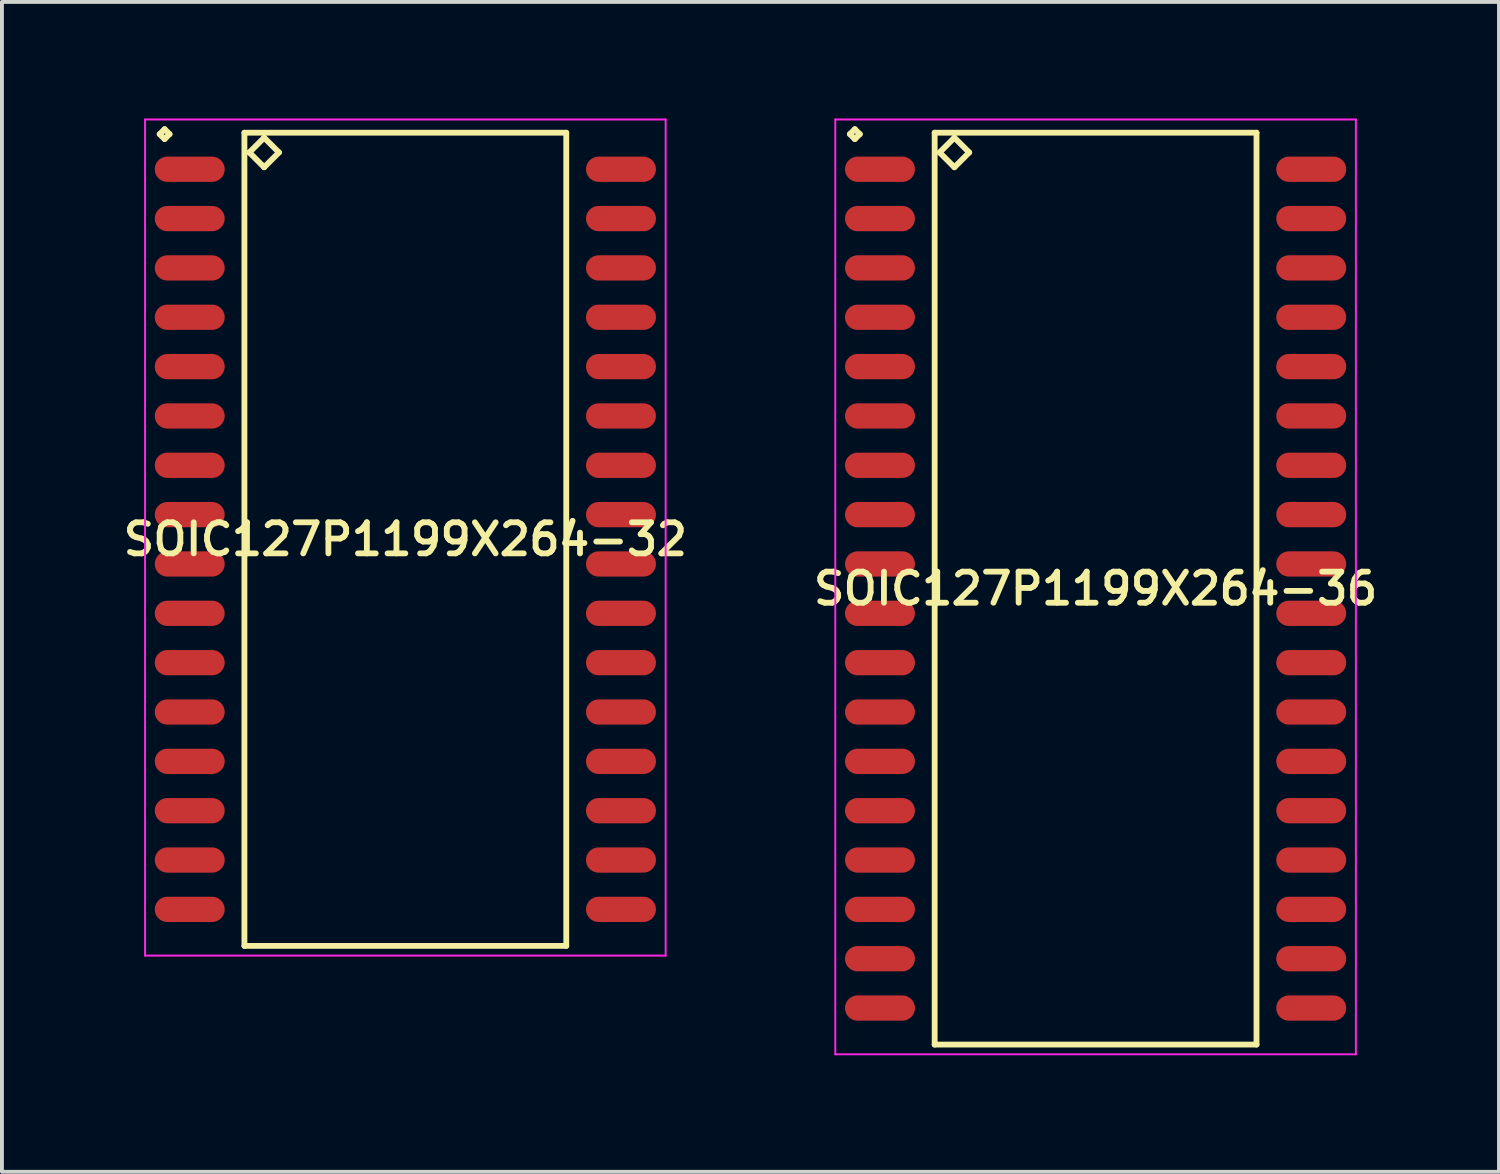
<source format=kicad_pcb>
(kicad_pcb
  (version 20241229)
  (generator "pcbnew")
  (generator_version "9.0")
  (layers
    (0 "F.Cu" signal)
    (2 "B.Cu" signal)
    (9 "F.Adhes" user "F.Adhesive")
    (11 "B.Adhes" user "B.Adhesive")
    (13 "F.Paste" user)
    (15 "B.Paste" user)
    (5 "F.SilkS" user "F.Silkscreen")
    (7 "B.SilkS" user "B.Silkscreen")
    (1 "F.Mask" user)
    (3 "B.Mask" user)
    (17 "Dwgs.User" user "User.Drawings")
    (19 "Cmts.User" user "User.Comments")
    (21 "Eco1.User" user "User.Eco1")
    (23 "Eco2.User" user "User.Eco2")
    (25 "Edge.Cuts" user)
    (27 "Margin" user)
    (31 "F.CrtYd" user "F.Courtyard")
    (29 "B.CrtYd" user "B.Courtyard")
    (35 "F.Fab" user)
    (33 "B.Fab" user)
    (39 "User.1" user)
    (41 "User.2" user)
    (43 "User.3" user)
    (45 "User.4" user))
  (footprint "SOIC127P1199X264-32"
    (layer "F.Cu")
    (at 7.383 10.831)
    (property "Reference" "SOIC127P1199X264-32" (at 0 0 0) (layer "F.SilkS") (effects (font (size 0.8 0.8) (thickness 0.15))))
    (attr smd)
    (fp_line (start -6.323 -10.429) (end -6.196 -10.556) (stroke (width 0.15) (type solid)) (layer "F.SilkS"))
    (fp_line (start -6.196 -10.556) (end -6.069 -10.429) (stroke (width 0.15) (type solid)) (layer "F.SilkS"))
    (fp_line (start -6.196 -10.302) (end -6.323 -10.429) (stroke (width 0.15) (type solid)) (layer "F.SilkS"))
    (fp_line (start -6.069 -10.429) (end -6.196 -10.302) (stroke (width 0.15) (type solid)) (layer "F.SilkS"))
    (fp_line (start -4.142 -10.465) (end -4.142 10.465) (stroke (width 0.15) (type solid)) (layer "F.SilkS"))
    (fp_line (start -4.142 10.465) (end 4.142 10.465) (stroke (width 0.15) (type solid)) (layer "F.SilkS"))
    (fp_line (start -4.015 -9.957) (end -3.634 -10.338) (stroke (width 0.15) (type solid)) (layer "F.SilkS"))
    (fp_line (start -3.634 -10.338) (end -3.253 -9.957) (stroke (width 0.15) (type solid)) (layer "F.SilkS"))
    (fp_line (start -3.634 -9.576) (end -4.015 -9.957) (stroke (width 0.15) (type solid)) (layer "F.SilkS"))
    (fp_line (start -3.253 -9.957) (end -3.634 -9.576) (stroke (width 0.15) (type solid)) (layer "F.SilkS"))
    (fp_line (start 4.142 -10.465) (end -4.142 -10.465) (stroke (width 0.15) (type solid)) (layer "F.SilkS"))
    (fp_line (start 4.142 10.465) (end 4.142 -10.465) (stroke (width 0.15) (type solid)) (layer "F.SilkS"))
    (fp_line (start -6.7 -10.806) (end 6.7 -10.806) (stroke (width 0.05) (type solid)) (layer "F.CrtYd"))
    (fp_line (start -6.7 10.715) (end -6.7 -10.806) (stroke (width 0.05) (type solid)) (layer "F.CrtYd"))
    (fp_line (start 6.7 -10.806) (end 6.7 10.715) (stroke (width 0.05) (type solid)) (layer "F.CrtYd"))
    (fp_line (start 6.7 10.715) (end -6.7 10.715) (stroke (width 0.05) (type solid)) (layer "F.CrtYd"))
    (pad "1" smd oval (at -5.55 -9.525) (size 1.8 0.65) (layers "F.Cu" "F.Mask" "F.Paste"))
    (pad "2" smd oval (at -5.55 -8.255) (size 1.8 0.65) (layers "F.Cu" "F.Mask" "F.Paste"))
    (pad "3" smd oval (at -5.55 -6.985) (size 1.8 0.65) (layers "F.Cu" "F.Mask" "F.Paste"))
    (pad "4" smd oval (at -5.55 -5.715) (size 1.8 0.65) (layers "F.Cu" "F.Mask" "F.Paste"))
    (pad "5" smd oval (at -5.55 -4.445) (size 1.8 0.65) (layers "F.Cu" "F.Mask" "F.Paste"))
    (pad "6" smd oval (at -5.55 -3.175) (size 1.8 0.65) (layers "F.Cu" "F.Mask" "F.Paste"))
    (pad "7" smd oval (at -5.55 -1.905) (size 1.8 0.65) (layers "F.Cu" "F.Mask" "F.Paste"))
    (pad "8" smd oval (at -5.55 -0.635) (size 1.8 0.65) (layers "F.Cu" "F.Mask" "F.Paste"))
    (pad "9" smd oval (at -5.55 0.635) (size 1.8 0.65) (layers "F.Cu" "F.Mask" "F.Paste"))
    (pad "10" smd oval (at -5.55 1.905) (size 1.8 0.65) (layers "F.Cu" "F.Mask" "F.Paste"))
    (pad "11" smd oval (at -5.55 3.175) (size 1.8 0.65) (layers "F.Cu" "F.Mask" "F.Paste"))
    (pad "12" smd oval (at -5.55 4.445) (size 1.8 0.65) (layers "F.Cu" "F.Mask" "F.Paste"))
    (pad "13" smd oval (at -5.55 5.715) (size 1.8 0.65) (layers "F.Cu" "F.Mask" "F.Paste"))
    (pad "14" smd oval (at -5.55 6.985) (size 1.8 0.65) (layers "F.Cu" "F.Mask" "F.Paste"))
    (pad "15" smd oval (at -5.55 8.255) (size 1.8 0.65) (layers "F.Cu" "F.Mask" "F.Paste"))
    (pad "16" smd oval (at -5.55 9.525) (size 1.8 0.65) (layers "F.Cu" "F.Mask" "F.Paste"))
    (pad "17" smd oval (at 5.55 9.525) (size 1.8 0.65) (layers "F.Cu" "F.Mask" "F.Paste"))
    (pad "18" smd oval (at 5.55 8.255) (size 1.8 0.65) (layers "F.Cu" "F.Mask" "F.Paste"))
    (pad "19" smd oval (at 5.55 6.985) (size 1.8 0.65) (layers "F.Cu" "F.Mask" "F.Paste"))
    (pad "20" smd oval (at 5.55 5.715) (size 1.8 0.65) (layers "F.Cu" "F.Mask" "F.Paste"))
    (pad "21" smd oval (at 5.55 4.445) (size 1.8 0.65) (layers "F.Cu" "F.Mask" "F.Paste"))
    (pad "22" smd oval (at 5.55 3.175) (size 1.8 0.65) (layers "F.Cu" "F.Mask" "F.Paste"))
    (pad "23" smd oval (at 5.55 1.905) (size 1.8 0.65) (layers "F.Cu" "F.Mask" "F.Paste"))
    (pad "24" smd oval (at 5.55 0.635) (size 1.8 0.65) (layers "F.Cu" "F.Mask" "F.Paste"))
    (pad "25" smd oval (at 5.55 -0.635) (size 1.8 0.65) (layers "F.Cu" "F.Mask" "F.Paste"))
    (pad "26" smd oval (at 5.55 -1.905) (size 1.8 0.65) (layers "F.Cu" "F.Mask" "F.Paste"))
    (pad "27" smd oval (at 5.55 -3.175) (size 1.8 0.65) (layers "F.Cu" "F.Mask" "F.Paste"))
    (pad "28" smd oval (at 5.55 -4.445) (size 1.8 0.65) (layers "F.Cu" "F.Mask" "F.Paste"))
    (pad "29" smd oval (at 5.55 -5.715) (size 1.8 0.65) (layers "F.Cu" "F.Mask" "F.Paste"))
    (pad "30" smd oval (at 5.55 -6.985) (size 1.8 0.65) (layers "F.Cu" "F.Mask" "F.Paste"))
    (pad "31" smd oval (at 5.55 -8.255) (size 1.8 0.65) (layers "F.Cu" "F.Mask" "F.Paste"))
    (pad "32" smd oval (at 5.55 -9.525) (size 1.8 0.65) (layers "F.Cu" "F.Mask" "F.Paste")))
  (footprint "SOIC127P1199X264-36"
    (layer "F.Cu")
    (at 25.149 12.101)
    (property "Reference" "SOIC127P1199X264-36" (at 0 0 0) (layer "F.SilkS") (effects (font (size 0.8 0.8) (thickness 0.15))))
    (attr smd)
    (fp_line (start -6.323 -11.699) (end -6.196 -11.826) (stroke (width 0.15) (type solid)) (layer "F.SilkS"))
    (fp_line (start -6.196 -11.826) (end -6.069 -11.699) (stroke (width 0.15) (type solid)) (layer "F.SilkS"))
    (fp_line (start -6.196 -11.572) (end -6.323 -11.699) (stroke (width 0.15) (type solid)) (layer "F.SilkS"))
    (fp_line (start -6.069 -11.699) (end -6.196 -11.572) (stroke (width 0.15) (type solid)) (layer "F.SilkS"))
    (fp_line (start -4.142 -11.735) (end -4.142 11.735) (stroke (width 0.15) (type solid)) (layer "F.SilkS"))
    (fp_line (start -4.142 11.735) (end 4.142 11.735) (stroke (width 0.15) (type solid)) (layer "F.SilkS"))
    (fp_line (start -4.015 -11.227) (end -3.634 -11.608) (stroke (width 0.15) (type solid)) (layer "F.SilkS"))
    (fp_line (start -3.634 -11.608) (end -3.253 -11.227) (stroke (width 0.15) (type solid)) (layer "F.SilkS"))
    (fp_line (start -3.634 -10.846) (end -4.015 -11.227) (stroke (width 0.15) (type solid)) (layer "F.SilkS"))
    (fp_line (start -3.253 -11.227) (end -3.634 -10.846) (stroke (width 0.15) (type solid)) (layer "F.SilkS"))
    (fp_line (start 4.142 -11.735) (end -4.142 -11.735) (stroke (width 0.15) (type solid)) (layer "F.SilkS"))
    (fp_line (start 4.142 11.735) (end 4.142 -11.735) (stroke (width 0.15) (type solid)) (layer "F.SilkS"))
    (fp_line (start -6.7 -12.076) (end 6.7 -12.076) (stroke (width 0.05) (type solid)) (layer "F.CrtYd"))
    (fp_line (start -6.7 11.985) (end -6.7 -12.076) (stroke (width 0.05) (type solid)) (layer "F.CrtYd"))
    (fp_line (start 6.7 -12.076) (end 6.7 11.985) (stroke (width 0.05) (type solid)) (layer "F.CrtYd"))
    (fp_line (start 6.7 11.985) (end -6.7 11.985) (stroke (width 0.05) (type solid)) (layer "F.CrtYd"))
    (pad "1" smd oval (at -5.55 -10.795) (size 1.8 0.65) (layers "F.Cu" "F.Mask" "F.Paste"))
    (pad "2" smd oval (at -5.55 -9.525) (size 1.8 0.65) (layers "F.Cu" "F.Mask" "F.Paste"))
    (pad "3" smd oval (at -5.55 -8.255) (size 1.8 0.65) (layers "F.Cu" "F.Mask" "F.Paste"))
    (pad "4" smd oval (at -5.55 -6.985) (size 1.8 0.65) (layers "F.Cu" "F.Mask" "F.Paste"))
    (pad "5" smd oval (at -5.55 -5.715) (size 1.8 0.65) (layers "F.Cu" "F.Mask" "F.Paste"))
    (pad "6" smd oval (at -5.55 -4.445) (size 1.8 0.65) (layers "F.Cu" "F.Mask" "F.Paste"))
    (pad "7" smd oval (at -5.55 -3.175) (size 1.8 0.65) (layers "F.Cu" "F.Mask" "F.Paste"))
    (pad "8" smd oval (at -5.55 -1.905) (size 1.8 0.65) (layers "F.Cu" "F.Mask" "F.Paste"))
    (pad "9" smd oval (at -5.55 -0.635) (size 1.8 0.65) (layers "F.Cu" "F.Mask" "F.Paste"))
    (pad "10" smd oval (at -5.55 0.635) (size 1.8 0.65) (layers "F.Cu" "F.Mask" "F.Paste"))
    (pad "11" smd oval (at -5.55 1.905) (size 1.8 0.65) (layers "F.Cu" "F.Mask" "F.Paste"))
    (pad "12" smd oval (at -5.55 3.175) (size 1.8 0.65) (layers "F.Cu" "F.Mask" "F.Paste"))
    (pad "13" smd oval (at -5.55 4.445) (size 1.8 0.65) (layers "F.Cu" "F.Mask" "F.Paste"))
    (pad "14" smd oval (at -5.55 5.715) (size 1.8 0.65) (layers "F.Cu" "F.Mask" "F.Paste"))
    (pad "15" smd oval (at -5.55 6.985) (size 1.8 0.65) (layers "F.Cu" "F.Mask" "F.Paste"))
    (pad "16" smd oval (at -5.55 8.255) (size 1.8 0.65) (layers "F.Cu" "F.Mask" "F.Paste"))
    (pad "17" smd oval (at -5.55 9.525) (size 1.8 0.65) (layers "F.Cu" "F.Mask" "F.Paste"))
    (pad "18" smd oval (at -5.55 10.795) (size 1.8 0.65) (layers "F.Cu" "F.Mask" "F.Paste"))
    (pad "19" smd oval (at 5.55 10.795) (size 1.8 0.65) (layers "F.Cu" "F.Mask" "F.Paste"))
    (pad "20" smd oval (at 5.55 9.525) (size 1.8 0.65) (layers "F.Cu" "F.Mask" "F.Paste"))
    (pad "21" smd oval (at 5.55 8.255) (size 1.8 0.65) (layers "F.Cu" "F.Mask" "F.Paste"))
    (pad "22" smd oval (at 5.55 6.985) (size 1.8 0.65) (layers "F.Cu" "F.Mask" "F.Paste"))
    (pad "23" smd oval (at 5.55 5.715) (size 1.8 0.65) (layers "F.Cu" "F.Mask" "F.Paste"))
    (pad "24" smd oval (at 5.55 4.445) (size 1.8 0.65) (layers "F.Cu" "F.Mask" "F.Paste"))
    (pad "25" smd oval (at 5.55 3.175) (size 1.8 0.65) (layers "F.Cu" "F.Mask" "F.Paste"))
    (pad "26" smd oval (at 5.55 1.905) (size 1.8 0.65) (layers "F.Cu" "F.Mask" "F.Paste"))
    (pad "27" smd oval (at 5.55 0.635) (size 1.8 0.65) (layers "F.Cu" "F.Mask" "F.Paste"))
    (pad "28" smd oval (at 5.55 -0.635) (size 1.8 0.65) (layers "F.Cu" "F.Mask" "F.Paste"))
    (pad "29" smd oval (at 5.55 -1.905) (size 1.8 0.65) (layers "F.Cu" "F.Mask" "F.Paste"))
    (pad "30" smd oval (at 5.55 -3.175) (size 1.8 0.65) (layers "F.Cu" "F.Mask" "F.Paste"))
    (pad "31" smd oval (at 5.55 -4.445) (size 1.8 0.65) (layers "F.Cu" "F.Mask" "F.Paste"))
    (pad "32" smd oval (at 5.55 -5.715) (size 1.8 0.65) (layers "F.Cu" "F.Mask" "F.Paste"))
    (pad "33" smd oval (at 5.55 -6.985) (size 1.8 0.65) (layers "F.Cu" "F.Mask" "F.Paste"))
    (pad "34" smd oval (at 5.55 -8.255) (size 1.8 0.65) (layers "F.Cu" "F.Mask" "F.Paste"))
    (pad "35" smd oval (at 5.55 -9.525) (size 1.8 0.65) (layers "F.Cu" "F.Mask" "F.Paste"))
    (pad "36" smd oval (at 5.55 -10.795) (size 1.8 0.65) (layers "F.Cu" "F.Mask" "F.Paste")))
  (gr_rect
    (start -3 -3)
    (end 35.532 27.111)
    (stroke (width 0.1) (type default))
    (fill no)
    (layer "Edge.Cuts")))
</source>
